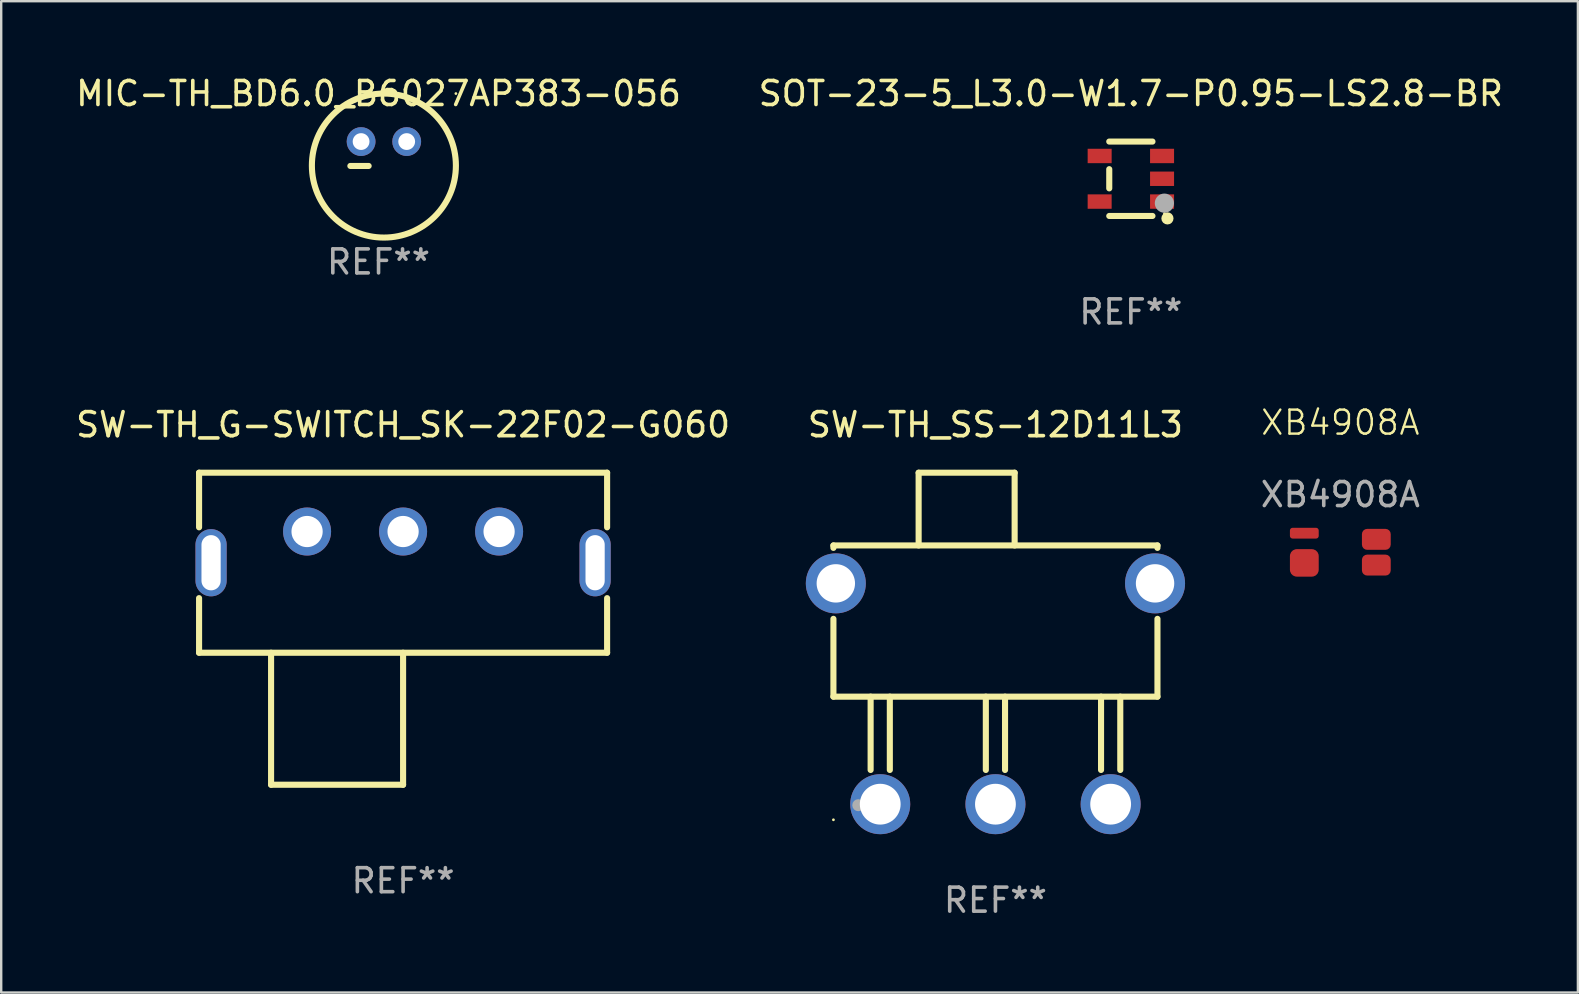
<source format=kicad_pcb>
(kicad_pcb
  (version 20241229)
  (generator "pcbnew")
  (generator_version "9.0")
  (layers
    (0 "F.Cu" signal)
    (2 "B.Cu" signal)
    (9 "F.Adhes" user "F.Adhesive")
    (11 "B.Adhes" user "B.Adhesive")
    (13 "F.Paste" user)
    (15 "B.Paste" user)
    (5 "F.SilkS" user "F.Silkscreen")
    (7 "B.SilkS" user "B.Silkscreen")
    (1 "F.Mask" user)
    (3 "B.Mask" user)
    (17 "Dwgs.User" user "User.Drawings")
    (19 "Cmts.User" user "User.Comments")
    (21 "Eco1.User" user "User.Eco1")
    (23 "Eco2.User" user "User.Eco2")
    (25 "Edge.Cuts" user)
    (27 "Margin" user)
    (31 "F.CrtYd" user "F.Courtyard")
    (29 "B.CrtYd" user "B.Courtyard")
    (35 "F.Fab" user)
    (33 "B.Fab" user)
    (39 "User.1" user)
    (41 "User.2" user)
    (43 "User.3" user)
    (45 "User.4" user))
  (footprint "MIC-TH_BD6.0_B6027AP383-056"
    (layer "F.Cu")
    (at 12.944 2.848)
    (property "Reference" "MIC-TH_BD6.0_B6027AP383-056" (at -0.223 -2 0) (layer "F.SilkS") (effects (font (size 1 1) (thickness 0.15))))
    (attr through_hole)
    (fp_line (start -1.397 1.016) (end -0.635 1.016) (stroke (width 0.254) (type solid)) (layer "F.SilkS"))
    (fp_circle (center 0 1) (end 3 1) (stroke (width 0.254) (type solid)) (fill no) (layer "F.SilkS"))
    (fp_circle (center 3 -2) (end 3.03 -2) (stroke (width 0.06) (type solid)) (fill no) (layer "F.SilkS"))
    (fp_text user "REF**" (at -0.223 5.016 0) (layer "F.Fab") (effects (font (size 1 1) (thickness 0.15))))
    (pad "1" thru_hole circle (at 0.95 0) (size 1.2 1.2) (drill 0.7) (layers "*.Cu" "*.Mask"))
    (pad "2" thru_hole circle (at -0.95 0) (size 1.2 1.2) (drill 0.7) (layers "*.Cu" "*.Mask")))
  (footprint "SOT-23-5_L3.0-W1.7-P0.95-LS2.8-BR"
    (layer "F.Cu")
    (at 44.065 4.398)
    (property "Reference" "SOT-23-5_L3.0-W1.7-P0.95-LS2.8-BR" (at 0 -3.55 0) (layer "F.SilkS") (effects (font (size 1 1) (thickness 0.15))))
    (attr through_hole)
    (fp_line (start -0.9 -1.55) (end 0.9 -1.55) (stroke (width 0.254) (type solid)) (layer "F.SilkS"))
    (fp_line (start -0.9 0.4) (end -0.9 -0.4) (stroke (width 0.254) (type solid)) (layer "F.SilkS"))
    (fp_line (start -0.9 1.55) (end 0.9 1.55) (stroke (width 0.254) (type solid)) (layer "F.SilkS"))
    (fp_circle (center 1.4 1.45) (end 1.43 1.45) (stroke (width 0.06) (type solid)) (fill no) (layer "F.SilkS"))
    (fp_circle (center 1.524 1.651) (end 1.651 1.651) (stroke (width 0.254) (type solid)) (fill no) (layer "F.SilkS"))
    (fp_circle (center 1.397 1.016) (end 1.597 1.016) (stroke (width 0.4) (type solid)) (fill no) (layer "F.Fab"))
    (fp_text user "REF**" (at 0 5.55 0) (layer "F.Fab") (effects (font (size 1 1) (thickness 0.15))))
    (pad "1" smd rect (at 1.3 0.95) (size 1 0.6) (layers "F.Cu" "F.Mask" "F.Paste"))
    (pad "2" smd rect (at 1.3 0) (size 1 0.6) (layers "F.Cu" "F.Mask" "F.Paste"))
    (pad "3" smd rect (at 1.3 -0.95) (size 1 0.6) (layers "F.Cu" "F.Mask" "F.Paste"))
    (pad "4" smd rect (at -1.3 -0.95) (size 1 0.6) (layers "F.Cu" "F.Mask" "F.Paste"))
    (pad "5" smd rect (at -1.3 0.95) (size 1 0.6) (layers "F.Cu" "F.Mask" "F.Paste")))
  (footprint "SW-TH_G-SWITCH_SK-22F02-G060"
    (layer "F.Cu")
    (at 13.744 19.745)
    (property "Reference" "SW-TH_G-SWITCH_SK-22F02-G060" (at 0 -5.1 0) (layer "F.SilkS") (effects (font (size 1 1) (thickness 0.15))))
    (attr through_hole)
    (fp_line (start -8.5 -3.1) (end -8.5 -0.825) (stroke (width 0.254) (type solid)) (layer "F.SilkS"))
    (fp_line (start -8.5 -3.1) (end 8.5 -3.1) (stroke (width 0.254) (type solid)) (layer "F.SilkS"))
    (fp_line (start -8.5 2.125) (end -8.5 4.4) (stroke (width 0.254) (type solid)) (layer "F.SilkS"))
    (fp_line (start -8.5 4.4) (end 8.5 4.4) (stroke (width 0.254) (type solid)) (layer "F.SilkS"))
    (fp_line (start -5.5 4.4) (end -5.5 9.9) (stroke (width 0.254) (type solid)) (layer "F.SilkS"))
    (fp_line (start -5.5 9.9) (end 0 9.9) (stroke (width 0.254) (type solid)) (layer "F.SilkS"))
    (fp_line (start 0 9.9) (end 0 4.4) (stroke (width 0.254) (type solid)) (layer "F.SilkS"))
    (fp_line (start 8.5 -3.1) (end 8.5 -0.825) (stroke (width 0.254) (type solid)) (layer "F.SilkS"))
    (fp_line (start 8.5 2.125) (end 8.5 4.4) (stroke (width 0.254) (type solid)) (layer "F.SilkS"))
    (fp_text user "REF**" (at 0 13.9 0) (layer "F.Fab") (effects (font (size 1 1) (thickness 0.15))))
    (pad "1" thru_hole circle (at -4 -0.65) (size 2 2) (drill 1.3) (layers "*.Cu" "*.Mask"))
    (pad "2" thru_hole circle (at 0 -0.65) (size 2 2) (drill 1.3) (layers "*.Cu" "*.Mask"))
    (pad "3" thru_hole circle (at 4 -0.65) (size 2 2) (drill 1.3) (layers "*.Cu" "*.Mask"))
    (pad "4" thru_hole oval (at 8 0.65) (size 1.3 2.8) (drill oval 0.8 2.3) (layers "*.Cu" "*.Mask"))
    (pad "5" thru_hole oval (at -8 0.65) (size 1.3 2.8) (drill oval 0.8 2.3) (layers "*.Cu" "*.Mask")))
  (footprint "XB4908A"
    (layer "F.Cu")
    (at 52.792 19.957)
    (property "Reference" "XB4908A" (at 0 -5.4 0) (unlocked yes) (layer "F.SilkS") (effects (font (size 1 1) (thickness 0.1))))
    (attr smd)
    (fp_text user "${REFERENCE}" (at 0 -2.4 0) (unlocked yes) (layer "F.Fab") (effects (font (size 1 1) (thickness 0.15))))
    (pad "1" smd roundrect (at -1.5 -0.793) (size 1.2 0.45) (layers "F.Cu" "F.Mask" "F.Paste") (roundrect_rratio 0.25))
    (pad "2" smd roundrect (at -1.5 0.445) (size 1.2 1.146) (layers "F.Cu" "F.Mask" "F.Paste") (roundrect_rratio 0.25))
    (pad "3" smd roundrect (at 1.5 0.536) (size 1.2 0.873) (layers "F.Cu" "F.Mask" "F.Paste") (roundrect_rratio 0.25))
    (pad "4" smd roundrect (at 1.5 -0.536) (size 1.2 0.873) (layers "F.Cu" "F.Mask" "F.Paste") (roundrect_rratio 0.25)))
  (footprint "SW-TH_SS-12D11L3"
    (layer "F.Cu")
    (at 38.423 25.855)
    (property "Reference" "SW-TH_SS-12D11L3" (at -0.000089 -11.21 0) (layer "F.SilkS") (effects (font (size 1 1) (thickness 0.15))))
    (attr through_hole)
    (fp_line (start -6.75 -6.18) (end 6.75 -6.18) (stroke (width 0.254) (type solid)) (layer "F.SilkS"))
    (fp_line (start -6.75 -6.078) (end -6.75 -6.18) (stroke (width 0.254) (type solid)) (layer "F.SilkS"))
    (fp_line (start -6.75 0.12) (end -6.75 -3.122) (stroke (width 0.254) (type solid)) (layer "F.SilkS"))
    (fp_line (start -5.2 0.12) (end -5.2 3.174) (stroke (width 0.254) (type solid)) (layer "F.SilkS"))
    (fp_line (start -4.4 0.12) (end -4.4 3.174) (stroke (width 0.254) (type solid)) (layer "F.SilkS"))
    (fp_line (start -3.2 -9.21) (end 0.8 -9.21) (stroke (width 0.254) (type solid)) (layer "F.SilkS"))
    (fp_line (start -3.2 -6.18) (end -3.2 -9.21) (stroke (width 0.254) (type solid)) (layer "F.SilkS"))
    (fp_line (start -0.4 0.12) (end -0.4 3.174) (stroke (width 0.254) (type solid)) (layer "F.SilkS"))
    (fp_line (start 0.4 0.12) (end 0.4 3.174) (stroke (width 0.254) (type solid)) (layer "F.SilkS"))
    (fp_line (start 0.8 -9.21) (end 0.8 -6.18) (stroke (width 0.254) (type solid)) (layer "F.SilkS"))
    (fp_line (start 4.4 0.12) (end 4.4 3.174) (stroke (width 0.254) (type solid)) (layer "F.SilkS"))
    (fp_line (start 5.201 0.12) (end 5.201 3.174) (stroke (width 0.254) (type solid)) (layer "F.SilkS"))
    (fp_line (start 6.75 -6.18) (end 6.75 -6.078) (stroke (width 0.254) (type solid)) (layer "F.SilkS"))
    (fp_line (start 6.75 -3.122) (end 6.75 0.12) (stroke (width 0.254) (type solid)) (layer "F.SilkS"))
    (fp_line (start 6.75 0.12) (end -6.75 0.12) (stroke (width 0.254) (type solid)) (layer "F.SilkS"))
    (fp_circle (center -6.75 5.25) (end -6.72 5.25) (stroke (width 0.06) (type solid)) (fill no) (layer "F.SilkS"))
    (fp_circle (center -5.715 4.642) (end -5.59 4.642) (stroke (width 0.25) (type solid)) (fill no) (layer "F.Fab"))
    (fp_text user "REF**" (at -0.000089 8.6 0) (layer "F.Fab") (effects (font (size 1 1) (thickness 0.15))))
    (pad "1" thru_hole circle (at -4.8 4.6) (size 2.5 2.5) (drill 1.7) (layers "*.Cu" "*.Mask"))
    (pad "2" thru_hole circle (at 0 4.6) (size 2.5 2.5) (drill 1.7) (layers "*.Cu" "*.Mask"))
    (pad "3" thru_hole circle (at 4.8 4.6) (size 2.5 2.5) (drill 1.7) (layers "*.Cu" "*.Mask"))
    (pad "4" thru_hole circle (at -6.65 -4.6) (size 2.5 2.5) (drill 1.6) (layers "*.Cu" "*.Mask"))
    (pad "5" thru_hole circle (at 6.65 -4.6) (size 2.5 2.5) (drill 1.6) (layers "*.Cu" "*.Mask")))
  (gr_rect
    (start -3 -3)
    (end 62.69 38.303)
    (stroke (width 0.1) (type default))
    (fill no)
    (layer "Edge.Cuts")))
</source>
